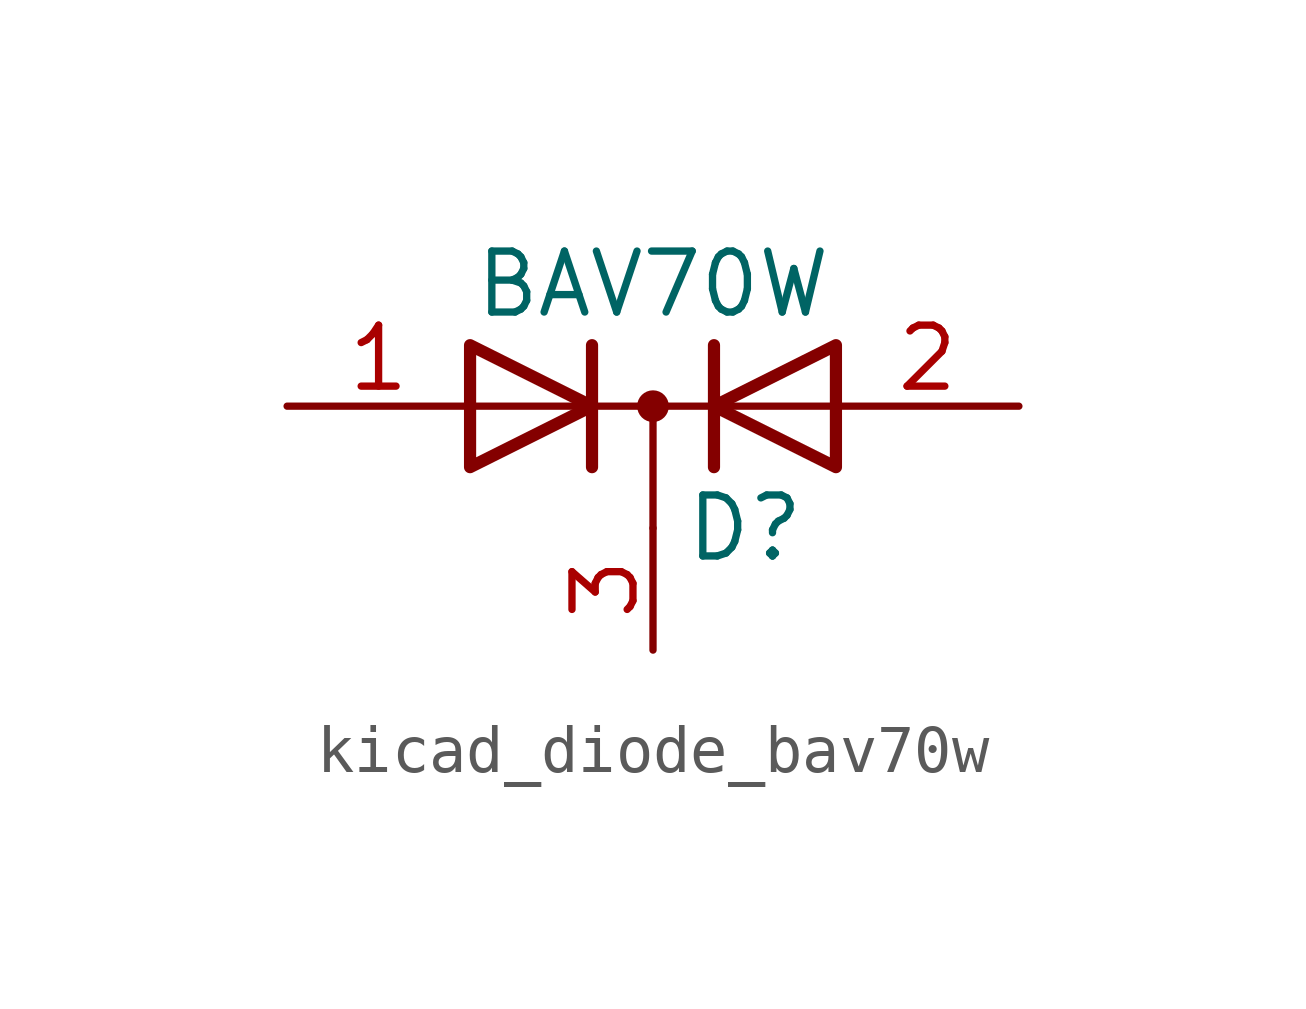
<source format=kicad_sym>
(kicad_symbol_lib
  (version 20220914)
  (generator kicad_symbol_editor)
  (symbol "kicad_diode_bav70w"
    (pin_names hide)
    (property "Reference" "D"
      (at 0.635 -2.54 0)
      (effects (font (size 1.27 1.27)) (justify left)))
    (property "Value" "BAV70W"
      (at 0 2.54 0)
      (effects (font (size 1.27 1.27))))
    (symbol "kicad_diode_bav70w_0_1"
      (polyline (pts (xy -3.81 0) (xy 3.81 0)) (stroke (width 0) (type default)) (fill (type none)))
      (polyline (pts (xy 0 0) (xy 0 -2.54)) (stroke (width 0) (type default)) (fill (type none)))
      (polyline (pts (xy -1.27 -1.27) (xy -1.27 1.27) (xy -1.27 1.27)) (stroke (width 0.254) (type default)) (fill (type none)))
      (polyline (pts (xy 1.27 -1.27) (xy 1.27 1.27) (xy 1.27 1.27)) (stroke (width 0.254) (type default)) (fill (type none)))
      (polyline (pts (xy -3.81 1.27) (xy -1.27 0) (xy -3.81 -1.27) (xy -3.81 1.27) (xy -3.81 1.27) (xy -3.81 1.27)) (stroke (width 0.254) (type default)) (fill (type none)))
      (polyline (pts (xy 3.81 -1.27) (xy 1.27 0) (xy 3.81 1.27) (xy 3.81 -1.27) (xy 3.81 -1.27) (xy 3.81 -1.27)) (stroke (width 0.254) (type default)) (fill (type none)))
      (circle (center 0 0) (radius 0.254) (stroke (width 0) (type default)) (fill (type outline)))
      (pin passive line (at -7.62 0 0) (length 3.81) (name "A" (effects (font (size 1.27 1.27)))) (number "1" (effects (font (size 1.27 1.27)))))
      (pin passive line (at 7.62 0 180) (length 3.81) (name "A" (effects (font (size 1.27 1.27)))) (number "2" (effects (font (size 1.27 1.27)))))
      (pin passive line (at 0 -5.08 90) (length 2.54) (name "K" (effects (font (size 1.27 1.27)))) (number "3" (effects (font (size 1.27 1.27))))))))
</source>
